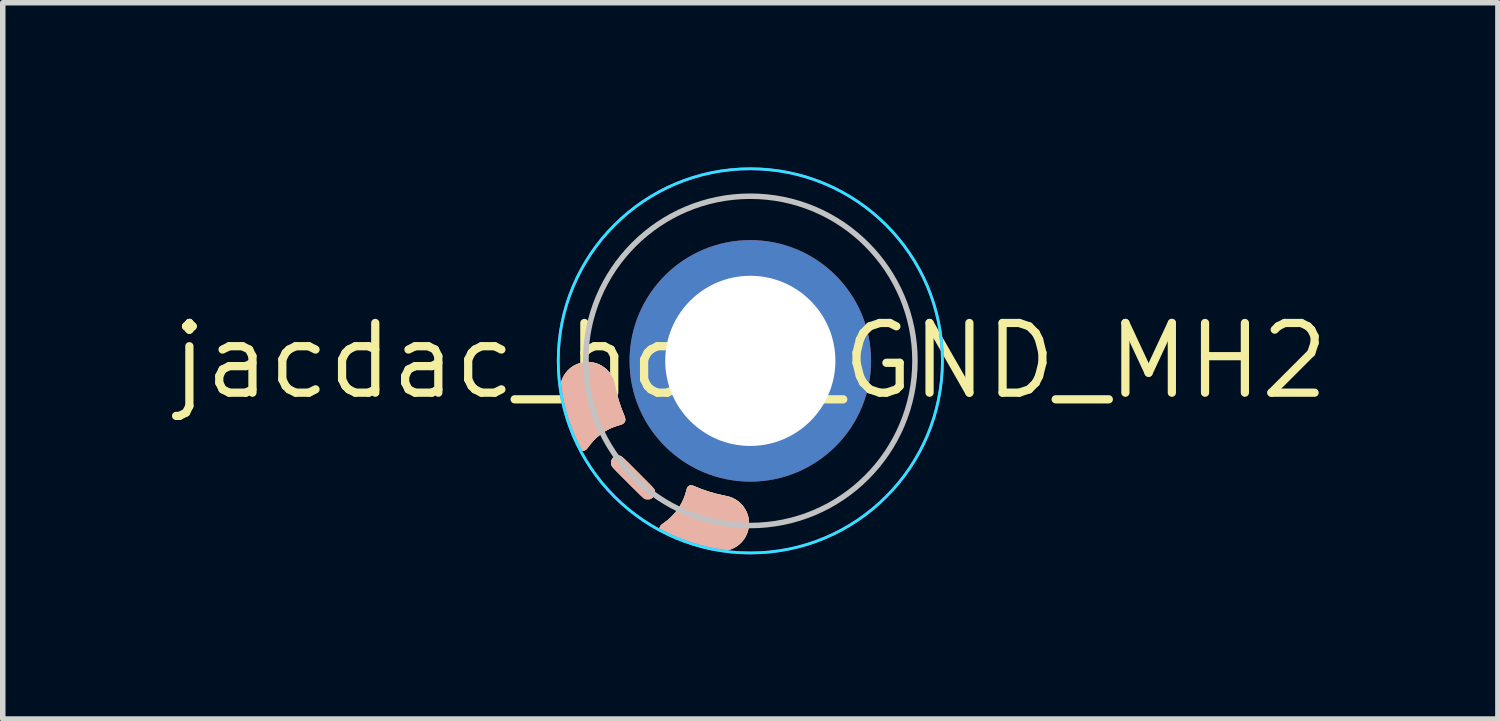
<source format=kicad_pcb>
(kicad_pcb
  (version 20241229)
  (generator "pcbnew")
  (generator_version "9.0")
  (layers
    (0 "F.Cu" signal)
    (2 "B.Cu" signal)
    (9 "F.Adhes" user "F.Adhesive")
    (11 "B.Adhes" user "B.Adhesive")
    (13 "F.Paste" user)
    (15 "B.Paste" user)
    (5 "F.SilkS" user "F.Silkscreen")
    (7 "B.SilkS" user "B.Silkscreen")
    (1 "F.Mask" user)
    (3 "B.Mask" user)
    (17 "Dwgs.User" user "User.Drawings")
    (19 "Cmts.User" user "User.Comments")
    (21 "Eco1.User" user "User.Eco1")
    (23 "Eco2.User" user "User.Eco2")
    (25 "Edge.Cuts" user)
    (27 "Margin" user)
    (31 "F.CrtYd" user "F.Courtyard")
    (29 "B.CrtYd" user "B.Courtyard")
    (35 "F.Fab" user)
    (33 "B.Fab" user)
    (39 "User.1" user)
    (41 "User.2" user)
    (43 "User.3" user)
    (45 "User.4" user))
  (footprint "jacdac_hole_GND_MH2"
    (layer "F.Cu")
    (at 10.621 3.525)
    (property "Reference" "jacdac_hole_GND_MH2" (at 0 0 0) (layer "F.SilkS") (effects (font (size 1.27 1.27) (thickness 0.15))))
    (attr through_hole)
    (fp_circle (center 0 0) (end -2.5 0) (stroke (width 0) (type solid)) (fill yes) (layer "F.Mask"))
    (fp_circle (center 0 0) (end -2.5 0) (stroke (width 0) (type solid)) (fill yes) (layer "B.Mask"))
    (fp_poly (pts (xy -2.284 1.095) (xy -2.292 1.111) (xy -2.302 1.124) (xy -2.311 1.133) (xy -2.32 1.141) (xy -2.332 1.148) (xy -2.347 1.154) (xy -2.368 1.161) (xy -2.394 1.169) (xy -2.395 1.169) (xy -2.452 1.187) (xy -2.504 1.206) (xy -2.553 1.227) (xy -2.586 1.244) (xy -2.662 1.286) (xy -2.733 1.336) (xy -2.8 1.392) (xy -2.863 1.453) (xy -2.919 1.519) (xy -2.947 1.556) (xy -2.969 1.585) (xy -2.989 1.607) (xy -3.009 1.622) (xy -3.028 1.631) (xy -3.048 1.635) (xy -3.053 1.635) (xy -3.072 1.633) (xy -3.088 1.627) (xy -3.104 1.616) (xy -3.119 1.598) (xy -3.135 1.575) (xy -3.151 1.544) (xy -3.152 1.544) (xy -3.209 1.422) (xy -3.262 1.295) (xy -3.311 1.162) (xy -3.356 1.025) (xy -3.395 0.885) (xy -3.43 0.743) (xy -3.442 0.685) (xy -3.453 0.625) (xy -3.46 0.572) (xy -3.463 0.525) (xy -3.462 0.483) (xy -3.458 0.449) (xy -3.444 0.386) (xy -3.422 0.326) (xy -3.394 0.27) (xy -3.36 0.219) (xy -3.319 0.172) (xy -3.273 0.13) (xy -3.221 0.094) (xy -3.212 0.089) (xy -3.159 0.063) (xy -3.103 0.043) (xy -3.045 0.03) (xy -2.985 0.024) (xy -2.924 0.024) (xy -2.865 0.032) (xy -2.807 0.047) (xy -2.803 0.048) (xy -2.747 0.071) (xy -2.694 0.101) (xy -2.645 0.137) (xy -2.6 0.178) (xy -2.561 0.225) (xy -2.527 0.276) (xy -2.5 0.33) (xy -2.491 0.352) (xy -2.487 0.366) (xy -2.481 0.386) (xy -2.475 0.411) (xy -2.469 0.437) (xy -2.463 0.464) (xy -2.463 0.464) (xy -2.442 0.564) (xy -2.418 0.658) (xy -2.392 0.747) (xy -2.363 0.835) (xy -2.33 0.922) (xy -2.31 0.969) (xy -2.297 1.004) (xy -2.287 1.033) (xy -2.282 1.057) (xy -2.281 1.077) (xy -2.284 1.095)) (stroke (width 0.01) (type solid)) (fill yes) (layer "F.SilkS"))
    (fp_poly (pts (xy -1.745 2.41) (xy -1.752 2.44) (xy -1.766 2.466) (xy -1.786 2.489) (xy -1.809 2.505) (xy -1.82 2.511) (xy -1.83 2.514) (xy -1.841 2.516) (xy -1.855 2.517) (xy -1.868 2.517) (xy -1.888 2.516) (xy -1.902 2.515) (xy -1.913 2.512) (xy -1.925 2.508) (xy -1.926 2.507) (xy -1.93 2.505) (xy -1.937 2.5) (xy -1.945 2.493) (xy -1.956 2.483) (xy -1.97 2.47) (xy -1.987 2.454) (xy -2.007 2.434) (xy -2.031 2.411) (xy -2.059 2.383) (xy -2.092 2.351) (xy -2.129 2.315) (xy -2.171 2.273) (xy -2.218 2.226) (xy -2.228 2.216) (xy -2.275 2.169) (xy -2.317 2.127) (xy -2.353 2.091) (xy -2.385 2.059) (xy -2.412 2.031) (xy -2.436 2.007) (xy -2.456 1.986) (xy -2.472 1.969) (xy -2.486 1.955) (xy -2.497 1.943) (xy -2.505 1.934) (xy -2.511 1.926) (xy -2.516 1.92) (xy -2.519 1.915) (xy -2.521 1.911) (xy -2.529 1.886) (xy -2.533 1.858) (xy -2.532 1.833) (xy -2.53 1.824) (xy -2.518 1.794) (xy -2.5 1.769) (xy -2.477 1.75) (xy -2.45 1.736) (xy -2.42 1.73) (xy -2.398 1.73) (xy -2.391 1.73) (xy -2.384 1.731) (xy -2.377 1.732) (xy -2.371 1.734) (xy -2.364 1.736) (xy -2.356 1.741) (xy -2.347 1.747) (xy -2.336 1.755) (xy -2.324 1.765) (xy -2.309 1.778) (xy -2.292 1.794) (xy -2.272 1.813) (xy -2.249 1.835) (xy -2.222 1.862) (xy -2.191 1.893) (xy -2.156 1.928) (xy -2.116 1.968) (xy -2.071 2.013) (xy -2.044 2.039) (xy -1.998 2.086) (xy -1.957 2.127) (xy -1.921 2.164) (xy -1.889 2.195) (xy -1.862 2.223) (xy -1.838 2.247) (xy -1.819 2.267) (xy -1.802 2.284) (xy -1.789 2.298) (xy -1.778 2.309) (xy -1.77 2.319) (xy -1.764 2.327) (xy -1.759 2.333) (xy -1.756 2.338) (xy -1.753 2.342) (xy -1.752 2.346) (xy -1.751 2.348) (xy -1.744 2.38) (xy -1.745 2.41)) (stroke (width 0.01) (type solid)) (fill yes) (layer "F.SilkS"))
    (fp_poly (pts (xy -0.035 3.045) (xy -0.048 3.103) (xy -0.069 3.158) (xy -0.095 3.211) (xy -0.128 3.259) (xy -0.166 3.304) (xy -0.209 3.344) (xy -0.258 3.379) (xy -0.311 3.409) (xy -0.368 3.433) (xy -0.43 3.45) (xy -0.432 3.45) (xy -0.449 3.453) (xy -0.469 3.455) (xy -0.491 3.457) (xy -0.519 3.457) (xy -0.531 3.457) (xy -0.552 3.457) (xy -0.573 3.456) (xy -0.595 3.454) (xy -0.617 3.451) (xy -0.642 3.447) (xy -0.67 3.442) (xy -0.703 3.435) (xy -0.74 3.427) (xy -0.784 3.417) (xy -0.803 3.413) (xy -0.916 3.385) (xy -1.032 3.351) (xy -1.149 3.312) (xy -1.265 3.27) (xy -1.379 3.224) (xy -1.488 3.176) (xy -1.559 3.142) (xy -1.586 3.127) (xy -1.607 3.115) (xy -1.623 3.103) (xy -1.634 3.091) (xy -1.642 3.078) (xy -1.643 3.076) (xy -1.649 3.058) (xy -1.649 3.041) (xy -1.645 3.027) (xy -1.634 3.008) (xy -1.615 2.987) (xy -1.59 2.967) (xy -1.585 2.964) (xy -1.512 2.91) (xy -1.445 2.85) (xy -1.383 2.786) (xy -1.328 2.718) (xy -1.279 2.645) (xy -1.237 2.568) (xy -1.212 2.512) (xy -1.199 2.48) (xy -1.188 2.449) (xy -1.177 2.415) (xy -1.166 2.377) (xy -1.158 2.345) (xy -1.152 2.326) (xy -1.147 2.313) (xy -1.14 2.303) (xy -1.132 2.294) (xy -1.117 2.281) (xy -1.101 2.273) (xy -1.082 2.27) (xy -1.061 2.273) (xy -1.035 2.28) (xy -1.013 2.289) (xy -0.892 2.339) (xy -0.768 2.382) (xy -0.64 2.419) (xy -0.506 2.451) (xy -0.475 2.457) (xy -0.441 2.464) (xy -0.412 2.471) (xy -0.389 2.477) (xy -0.368 2.483) (xy -0.35 2.489) (xy -0.331 2.497) (xy -0.317 2.503) (xy -0.264 2.532) (xy -0.215 2.567) (xy -0.17 2.608) (xy -0.131 2.654) (xy -0.097 2.704) (xy -0.069 2.757) (xy -0.048 2.813) (xy -0.037 2.861) (xy -0.029 2.923) (xy -0.028 2.985) (xy -0.035 3.045)) (stroke (width 0.01) (type solid)) (fill yes) (layer "F.SilkS"))
    (fp_poly (pts (xy -2.285 1.098) (xy -2.292 1.113) (xy -2.302 1.127) (xy -2.311 1.136) (xy -2.321 1.144) (xy -2.332 1.15) (xy -2.348 1.157) (xy -2.368 1.164) (xy -2.395 1.172) (xy -2.396 1.172) (xy -2.452 1.19) (xy -2.504 1.209) (xy -2.554 1.23) (xy -2.587 1.246) (xy -2.662 1.289) (xy -2.733 1.339) (xy -2.801 1.394) (xy -2.863 1.455) (xy -2.92 1.522) (xy -2.947 1.559) (xy -2.969 1.588) (xy -2.99 1.609) (xy -3.009 1.625) (xy -3.028 1.634) (xy -3.048 1.638) (xy -3.053 1.638) (xy -3.072 1.636) (xy -3.089 1.63) (xy -3.104 1.618) (xy -3.12 1.601) (xy -3.135 1.577) (xy -3.152 1.547) (xy -3.152 1.546) (xy -3.209 1.425) (xy -3.263 1.297) (xy -3.312 1.165) (xy -3.356 1.028) (xy -3.396 0.888) (xy -3.43 0.746) (xy -3.442 0.687) (xy -3.453 0.628) (xy -3.46 0.575) (xy -3.463 0.527) (xy -3.462 0.485) (xy -3.458 0.452) (xy -3.444 0.388) (xy -3.423 0.328) (xy -3.395 0.273) (xy -3.36 0.221) (xy -3.32 0.175) (xy -3.273 0.133) (xy -3.221 0.097) (xy -3.212 0.092) (xy -3.16 0.065) (xy -3.104 0.046) (xy -3.045 0.033) (xy -2.985 0.026) (xy -2.924 0.027) (xy -2.865 0.035) (xy -2.807 0.05) (xy -2.803 0.051) (xy -2.747 0.074) (xy -2.694 0.104) (xy -2.645 0.14) (xy -2.6 0.181) (xy -2.561 0.228) (xy -2.527 0.278) (xy -2.5 0.332) (xy -2.491 0.354) (xy -2.487 0.369) (xy -2.481 0.389) (xy -2.475 0.413) (xy -2.469 0.44) (xy -2.464 0.467) (xy -2.463 0.467) (xy -2.442 0.567) (xy -2.418 0.66) (xy -2.392 0.75) (xy -2.363 0.838) (xy -2.33 0.925) (xy -2.31 0.972) (xy -2.297 1.007) (xy -2.287 1.036) (xy -2.282 1.06) (xy -2.281 1.08) (xy -2.285 1.098)) (stroke (width 0.01) (type solid)) (fill yes) (layer "B.SilkS"))
    (fp_poly (pts (xy -1.745 2.413) (xy -1.752 2.442) (xy -1.767 2.469) (xy -1.787 2.492) (xy -1.81 2.508) (xy -1.821 2.513) (xy -1.83 2.517) (xy -1.841 2.519) (xy -1.855 2.519) (xy -1.869 2.519) (xy -1.888 2.519) (xy -1.902 2.518) (xy -1.914 2.515) (xy -1.925 2.511) (xy -1.926 2.51) (xy -1.931 2.507) (xy -1.937 2.502) (xy -1.945 2.495) (xy -1.956 2.486) (xy -1.97 2.473) (xy -1.987 2.457) (xy -2.008 2.437) (xy -2.032 2.414) (xy -2.06 2.386) (xy -2.092 2.354) (xy -2.129 2.317) (xy -2.171 2.276) (xy -2.218 2.229) (xy -2.229 2.218) (xy -2.275 2.171) (xy -2.317 2.13) (xy -2.353 2.093) (xy -2.385 2.061) (xy -2.413 2.033) (xy -2.436 2.01) (xy -2.456 1.989) (xy -2.473 1.972) (xy -2.486 1.958) (xy -2.497 1.946) (xy -2.505 1.936) (xy -2.512 1.929) (xy -2.516 1.923) (xy -2.519 1.918) (xy -2.521 1.914) (xy -2.53 1.888) (xy -2.533 1.861) (xy -2.532 1.836) (xy -2.53 1.827) (xy -2.518 1.797) (xy -2.5 1.772) (xy -2.477 1.752) (xy -2.45 1.739) (xy -2.42 1.733) (xy -2.399 1.732) (xy -2.391 1.733) (xy -2.384 1.733) (xy -2.378 1.734) (xy -2.371 1.736) (xy -2.364 1.739) (xy -2.356 1.743) (xy -2.347 1.749) (xy -2.337 1.757) (xy -2.324 1.767) (xy -2.31 1.78) (xy -2.293 1.796) (xy -2.273 1.815) (xy -2.249 1.838) (xy -2.222 1.865) (xy -2.191 1.895) (xy -2.156 1.93) (xy -2.116 1.971) (xy -2.071 2.016) (xy -2.045 2.042) (xy -1.998 2.089) (xy -1.957 2.13) (xy -1.921 2.166) (xy -1.889 2.198) (xy -1.862 2.226) (xy -1.839 2.249) (xy -1.819 2.269) (xy -1.803 2.286) (xy -1.789 2.301) (xy -1.779 2.312) (xy -1.77 2.322) (xy -1.764 2.329) (xy -1.759 2.335) (xy -1.756 2.34) (xy -1.753 2.345) (xy -1.752 2.349) (xy -1.751 2.351) (xy -1.744 2.382) (xy -1.745 2.413)) (stroke (width 0.01) (type solid)) (fill yes) (layer "B.SilkS"))
    (fp_poly (pts (xy -0.035 3.048) (xy -0.049 3.106) (xy -0.069 3.161) (xy -0.096 3.213) (xy -0.128 3.262) (xy -0.166 3.307) (xy -0.21 3.347) (xy -0.258 3.382) (xy -0.311 3.412) (xy -0.369 3.435) (xy -0.43 3.452) (xy -0.432 3.453) (xy -0.45 3.456) (xy -0.469 3.458) (xy -0.491 3.459) (xy -0.52 3.46) (xy -0.531 3.46) (xy -0.553 3.459) (xy -0.574 3.458) (xy -0.595 3.456) (xy -0.618 3.454) (xy -0.642 3.45) (xy -0.67 3.445) (xy -0.703 3.438) (xy -0.741 3.43) (xy -0.785 3.42) (xy -0.803 3.416) (xy -0.916 3.387) (xy -1.033 3.354) (xy -1.15 3.315) (xy -1.266 3.273) (xy -1.379 3.227) (xy -1.488 3.179) (xy -1.559 3.145) (xy -1.586 3.13) (xy -1.608 3.117) (xy -1.623 3.105) (xy -1.634 3.093) (xy -1.642 3.081) (xy -1.643 3.079) (xy -1.649 3.061) (xy -1.649 3.044) (xy -1.645 3.03) (xy -1.634 3.01) (xy -1.616 2.99) (xy -1.59 2.97) (xy -1.586 2.966) (xy -1.512 2.912) (xy -1.445 2.853) (xy -1.383 2.789) (xy -1.328 2.72) (xy -1.279 2.648) (xy -1.237 2.571) (xy -1.212 2.514) (xy -1.2 2.483) (xy -1.188 2.452) (xy -1.178 2.418) (xy -1.167 2.38) (xy -1.158 2.347) (xy -1.152 2.329) (xy -1.147 2.316) (xy -1.14 2.305) (xy -1.133 2.297) (xy -1.117 2.284) (xy -1.101 2.276) (xy -1.083 2.273) (xy -1.061 2.275) (xy -1.036 2.283) (xy -1.013 2.292) (xy -0.893 2.342) (xy -0.768 2.385) (xy -0.64 2.422) (xy -0.506 2.454) (xy -0.476 2.46) (xy -0.441 2.467) (xy -0.413 2.473) (xy -0.389 2.479) (xy -0.369 2.485) (xy -0.35 2.492) (xy -0.331 2.5) (xy -0.317 2.506) (xy -0.264 2.535) (xy -0.215 2.57) (xy -0.171 2.611) (xy -0.131 2.656) (xy -0.097 2.706) (xy -0.07 2.76) (xy -0.049 2.816) (xy -0.037 2.863) (xy -0.029 2.926) (xy -0.028 2.988) (xy -0.035 3.048)) (stroke (width 0.01) (type solid)) (fill yes) (layer "B.SilkS"))
    (fp_circle (center 0 0) (end -3 0) (stroke (width 0.1) (type default)) (fill no) (layer "Dwgs.User"))
    (fp_circle (center 0 0) (end -3.5 0) (stroke (width 0.05) (type default)) (fill no) (layer "B.CrtYd"))
    (fp_circle (center 0 0) (end -3.5 0) (stroke (width 0.05) (type default)) (fill no) (layer "F.CrtYd"))
    (pad "MH2" thru_hole circle (at 0 0 180) (size 4.4 4.4) (drill 3.1) (layers "*.Cu"))
    (zone (net_name "") (layers "F.Cu" "B.Cu") (hatch edge 0.508) (connect_pads) (min_thickness 0.254) (filled_areas_thickness no) (keepout (tracks allowed) (vias allowed) (pads allowed) (copperpour not_allowed) (footprints allowed)) (placement (enabled no)) (fill) (polygon (pts (xy 7.616 3.525) (xy 7.636 3.874) (xy 7.697 4.218) (xy 7.797 4.553) (xy 7.935 4.874) (xy 8.11 5.176) (xy 8.319 5.457) (xy 8.559 5.711) (xy 8.826 5.935) (xy 9.118 6.127) (xy 9.431 6.284) (xy 9.759 6.404) (xy 10.099 6.484) (xy 10.446 6.525) (xy 10.796 6.525) (xy 11.143 6.484) (xy 11.483 6.404) (xy 11.811 6.284) (xy 12.123 6.127) (xy 12.415 5.935) (xy 12.683 5.711) (xy 12.923 5.457) (xy 13.132 5.176) (xy 13.306 4.874) (xy 13.445 4.553) (xy 13.545 4.218) (xy 13.606 3.874) (xy 13.626 3.525) (xy 13.606 3.176) (xy 13.545 2.832) (xy 13.445 2.497) (xy 13.306 2.176) (xy 13.132 1.874) (xy 12.923 1.593) (xy 12.683 1.339) (xy 12.415 1.115) (xy 12.123 0.923) (xy 11.811 0.766) (xy 11.483 0.646) (xy 11.143 0.566) (xy 10.796 0.525) (xy 10.446 0.525) (xy 10.099 0.566) (xy 9.759 0.646) (xy 9.431 0.766) (xy 9.118 0.923) (xy 8.826 1.115) (xy 8.559 1.339) (xy 8.319 1.593) (xy 8.11 1.874) (xy 7.935 2.176) (xy 7.797 2.497) (xy 7.697 2.832) (xy 7.636 3.176)))))
  (gr_rect
    (start -3 -3)
    (end 24.242 10.05)
    (stroke (width 0.1) (type default))
    (fill no)
    (layer "Edge.Cuts")))
</source>
